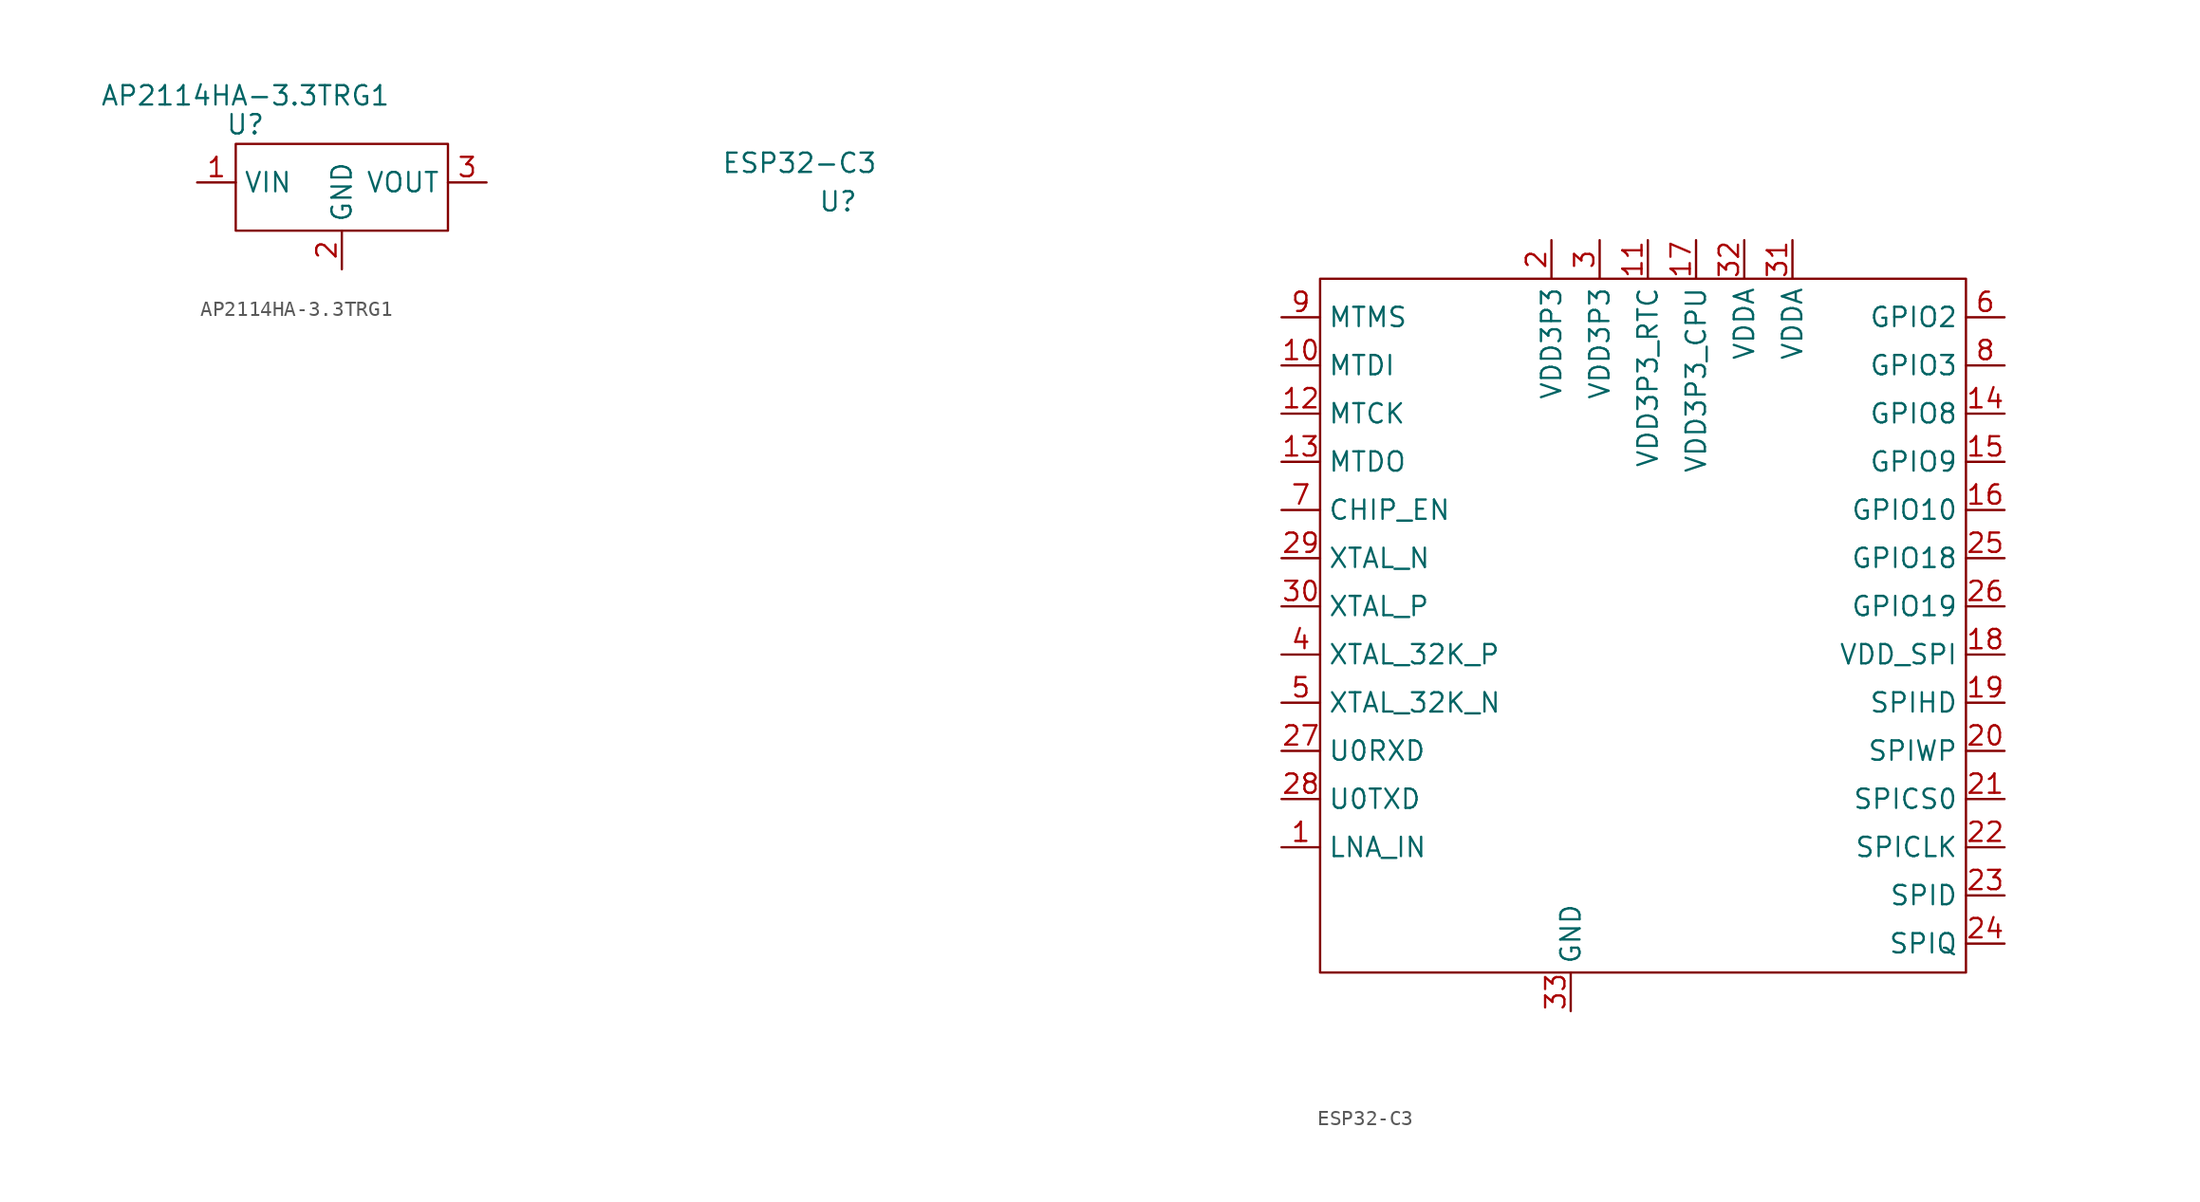
<source format=kicad_sym>
(kicad_symbol_lib
  (version 20211014)
  (generator kicad_symbol_editor)
  (symbol "AP2114HA-3.3TRG1"
    (property "Reference" "U"
      (at 0.635 1.27 0)
      (effects (font (size 1.27 1.27))))
    (property "Value" "AP2114HA-3.3TRG1"
      (at 0.635 3.175 0)
      (effects (font (size 1.27 1.27))))
    (symbol "AP2114HA-3.3TRG1_0_1"
      (rectangle (start 0 0) (end 13.97 -5.715) (stroke (width 0) (type default) (color 0 0 0 0)) (fill (type none))))
    (symbol "AP2114HA-3.3TRG1_1_1"
      (pin power_in line (at -2.54 -2.54 0) (length 2.54) (name "VIN" (effects (font (size 1.27 1.27)))) (number "1" (effects (font (size 1.27 1.27)))))
      (pin power_out line (at 6.985 -8.255 90) (length 2.54) (name "GND" (effects (font (size 1.27 1.27)))) (number "2" (effects (font (size 1.27 1.27)))))
      (pin power_out line (at 16.51 -2.54 180) (length 2.54) (name "VOUT" (effects (font (size 1.27 1.27)))) (number "3" (effects (font (size 1.27 1.27)))))))
  (symbol "ESP32-C3"
    (property "Reference" "U"
      (at -31.75 5.08 0)
      (effects (font (size 1.27 1.27))))
    (property "Value" "ESP32-C3"
      (at -34.29 7.62 0)
      (effects (font (size 1.27 1.27))))
    (symbol "ESP32-C3_0_1"
      (rectangle (start 0 0) (end 42.545 -45.72) (stroke (width 0) (type default) (color 0 0 0 0)) (fill (type none))))
    (symbol "ESP32-C3_1_1"
      (pin bidirectional line (at -2.54 -37.465 0) (length 2.54) (name "LNA_IN" (effects (font (size 1.27 1.27)))) (number "1" (effects (font (size 1.27 1.27)))))
      (pin bidirectional line (at -2.54 -5.715 0) (length 2.54) (name "MTDI" (effects (font (size 1.27 1.27)))) (number "10" (effects (font (size 1.27 1.27)))))
      (pin power_in line (at 21.59 2.54 270) (length 2.54) (name "VDD3P3_RTC" (effects (font (size 1.27 1.27)))) (number "11" (effects (font (size 1.27 1.27)))))
      (pin bidirectional line (at -2.54 -8.89 0) (length 2.54) (name "MTCK" (effects (font (size 1.27 1.27)))) (number "12" (effects (font (size 1.27 1.27)))))
      (pin bidirectional line (at -2.54 -12.065 0) (length 2.54) (name "MTDO" (effects (font (size 1.27 1.27)))) (number "13" (effects (font (size 1.27 1.27)))))
      (pin bidirectional line (at 45.085 -8.89 180) (length 2.54) (name "GPIO8" (effects (font (size 1.27 1.27)))) (number "14" (effects (font (size 1.27 1.27)))))
      (pin bidirectional line (at 45.085 -12.065 180) (length 2.54) (name "GPIO9" (effects (font (size 1.27 1.27)))) (number "15" (effects (font (size 1.27 1.27)))))
      (pin bidirectional line (at 45.085 -15.24 180) (length 2.54) (name "GPIO10" (effects (font (size 1.27 1.27)))) (number "16" (effects (font (size 1.27 1.27)))))
      (pin power_in line (at 24.765 2.54 270) (length 2.54) (name "VDD3P3_CPU" (effects (font (size 1.27 1.27)))) (number "17" (effects (font (size 1.27 1.27)))))
      (pin bidirectional line (at 45.085 -24.765 180) (length 2.54) (name "VDD_SPI" (effects (font (size 1.27 1.27)))) (number "18" (effects (font (size 1.27 1.27)))))
      (pin bidirectional line (at 45.085 -27.94 180) (length 2.54) (name "SPIHD" (effects (font (size 1.27 1.27)))) (number "19" (effects (font (size 1.27 1.27)))))
      (pin power_in line (at 15.24 2.54 270) (length 2.54) (name "VDD3P3" (effects (font (size 1.27 1.27)))) (number "2" (effects (font (size 1.27 1.27)))))
      (pin bidirectional line (at 45.085 -31.115 180) (length 2.54) (name "SPIWP" (effects (font (size 1.27 1.27)))) (number "20" (effects (font (size 1.27 1.27)))))
      (pin bidirectional line (at 45.085 -34.29 180) (length 2.54) (name "SPICS0" (effects (font (size 1.27 1.27)))) (number "21" (effects (font (size 1.27 1.27)))))
      (pin bidirectional line (at 45.085 -37.465 180) (length 2.54) (name "SPICLK" (effects (font (size 1.27 1.27)))) (number "22" (effects (font (size 1.27 1.27)))))
      (pin bidirectional line (at 45.085 -40.64 180) (length 2.54) (name "SPID" (effects (font (size 1.27 1.27)))) (number "23" (effects (font (size 1.27 1.27)))))
      (pin bidirectional line (at 45.085 -43.815 180) (length 2.54) (name "SPIQ" (effects (font (size 1.27 1.27)))) (number "24" (effects (font (size 1.27 1.27)))))
      (pin bidirectional line (at 45.085 -18.415 180) (length 2.54) (name "GPIO18" (effects (font (size 1.27 1.27)))) (number "25" (effects (font (size 1.27 1.27)))))
      (pin bidirectional line (at 45.085 -21.59 180) (length 2.54) (name "GPIO19" (effects (font (size 1.27 1.27)))) (number "26" (effects (font (size 1.27 1.27)))))
      (pin bidirectional line (at -2.54 -31.115 0) (length 2.54) (name "U0RXD" (effects (font (size 1.27 1.27)))) (number "27" (effects (font (size 1.27 1.27)))))
      (pin bidirectional line (at -2.54 -34.29 0) (length 2.54) (name "U0TXD" (effects (font (size 1.27 1.27)))) (number "28" (effects (font (size 1.27 1.27)))))
      (pin bidirectional line (at -2.54 -18.415 0) (length 2.54) (name "XTAL_N" (effects (font (size 1.27 1.27)))) (number "29" (effects (font (size 1.27 1.27)))))
      (pin power_in line (at 18.415 2.54 270) (length 2.54) (name "VDD3P3" (effects (font (size 1.27 1.27)))) (number "3" (effects (font (size 1.27 1.27)))))
      (pin bidirectional line (at -2.54 -21.59 0) (length 2.54) (name "XTAL_P" (effects (font (size 1.27 1.27)))) (number "30" (effects (font (size 1.27 1.27)))))
      (pin power_in line (at 31.115 2.54 270) (length 2.54) (name "VDDA" (effects (font (size 1.27 1.27)))) (number "31" (effects (font (size 1.27 1.27)))))
      (pin power_in line (at 27.94 2.54 270) (length 2.54) (name "VDDA" (effects (font (size 1.27 1.27)))) (number "32" (effects (font (size 1.27 1.27)))))
      (pin power_out line (at 16.51 -48.26 90) (length 2.54) (name "GND" (effects (font (size 1.27 1.27)))) (number "33" (effects (font (size 1.27 1.27)))))
      (pin bidirectional line (at -2.54 -24.765 0) (length 2.54) (name "XTAL_32K_P" (effects (font (size 1.27 1.27)))) (number "4" (effects (font (size 1.27 1.27)))))
      (pin bidirectional line (at -2.54 -27.94 0) (length 2.54) (name "XTAL_32K_N" (effects (font (size 1.27 1.27)))) (number "5" (effects (font (size 1.27 1.27)))))
      (pin bidirectional line (at 45.085 -2.54 180) (length 2.54) (name "GPIO2" (effects (font (size 1.27 1.27)))) (number "6" (effects (font (size 1.27 1.27)))))
      (pin input line (at -2.54 -15.24 0) (length 2.54) (name "CHIP_EN" (effects (font (size 1.27 1.27)))) (number "7" (effects (font (size 1.27 1.27)))))
      (pin bidirectional line (at 45.085 -5.715 180) (length 2.54) (name "GPIO3" (effects (font (size 1.27 1.27)))) (number "8" (effects (font (size 1.27 1.27)))))
      (pin bidirectional line (at -2.54 -2.54 0) (length 2.54) (name "MTMS" (effects (font (size 1.27 1.27)))) (number "9" (effects (font (size 1.27 1.27))))))))
</source>
